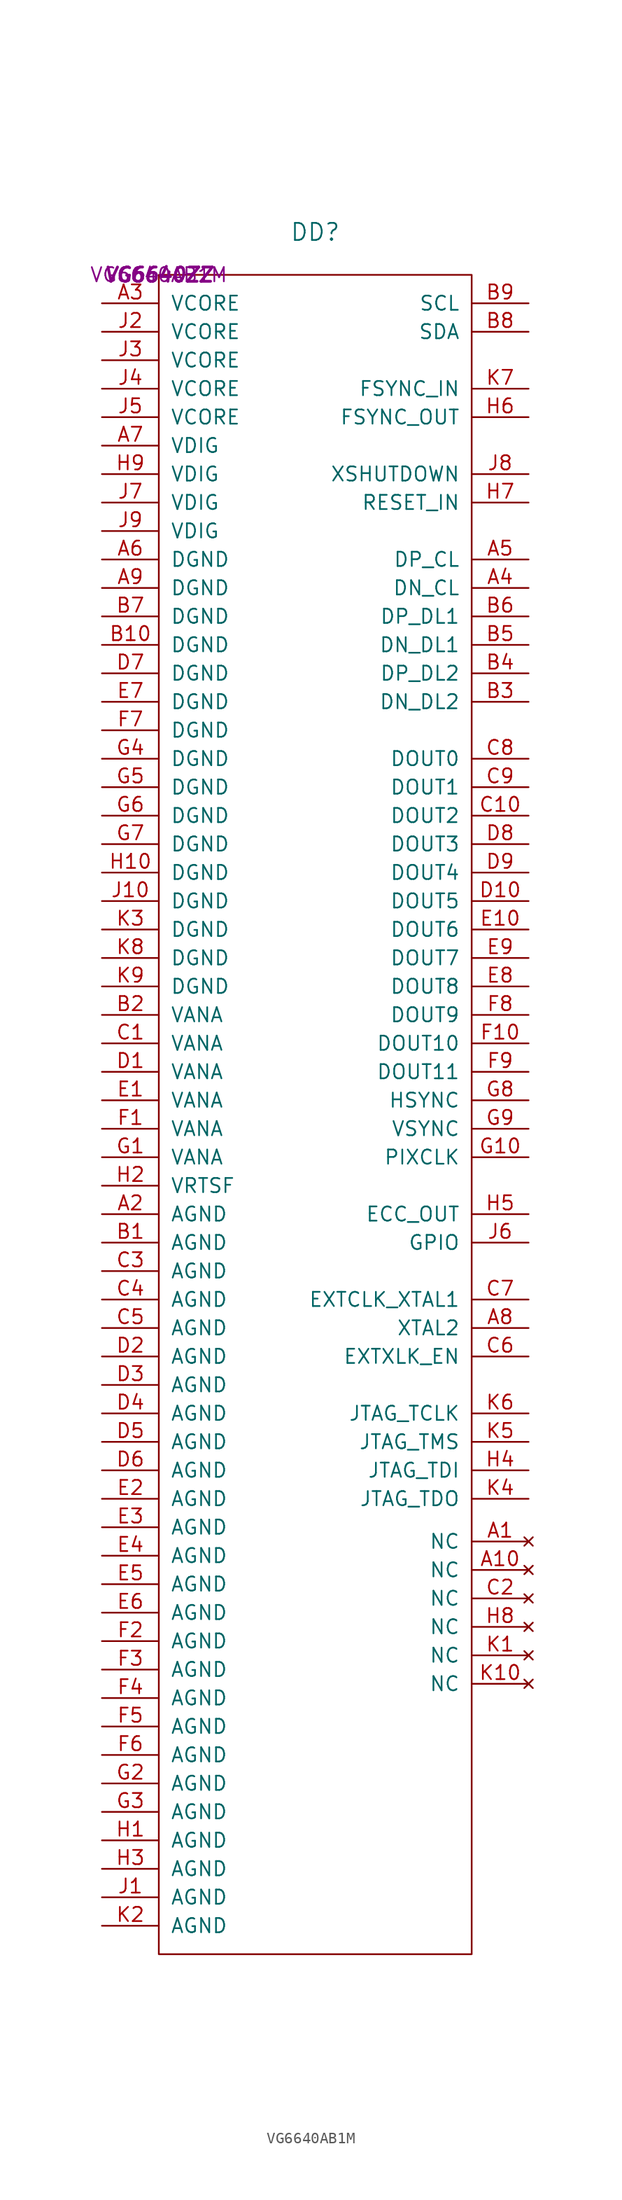
<source format=kicad_sym>
(kicad_symbol_lib
  (version 20211014)
  (generator kicad_symbol_editor)
  (symbol "VG6640AB1M"
    (pin_names
      (offset 1.016))
    (property "Reference" "DD"
      (at 13.97 3.81 0)
      (effects (font (size 1.524 1.524))))
    (property "p/n" "VG6640AB1M"
      (at 0 0 0)
      (effects (font (size 1.27 1.27))))
    (property "Mark" "VG6640ZZ"
      (at 0 0 0)
      (effects (font (size 1.27 1.27) bold italic)))
    (symbol "VG6640AB1M_0_1"
      (rectangle (start 0 0) (end 27.94 -149.86) (stroke (width 0) (type default) (color 0 0 0 0)) (fill (type none))))
    (symbol "VG6640AB1M_1_1"
      (pin no_connect line (at 33.02 -113.03 180) (length 5.08) (name "NC" (effects (font (size 1.27 1.27)))) (number "A1" (effects (font (size 1.27 1.27)))))
      (pin no_connect line (at 33.02 -115.57 180) (length 5.08) (name "NC" (effects (font (size 1.27 1.27)))) (number "A10" (effects (font (size 1.27 1.27)))))
      (pin passive line (at -5.08 -83.82 0) (length 5.08) (name "AGND" (effects (font (size 1.27 1.27)))) (number "A2" (effects (font (size 1.27 1.27)))))
      (pin passive line (at -5.08 -2.54 0) (length 5.08) (name "VCORE" (effects (font (size 1.27 1.27)))) (number "A3" (effects (font (size 1.27 1.27)))))
      (pin passive line (at 33.02 -27.94 180) (length 5.08) (name "DN_CL" (effects (font (size 1.27 1.27)))) (number "A4" (effects (font (size 1.27 1.27)))))
      (pin passive line (at 33.02 -25.4 180) (length 5.08) (name "DP_CL" (effects (font (size 1.27 1.27)))) (number "A5" (effects (font (size 1.27 1.27)))))
      (pin passive line (at -5.08 -25.4 0) (length 5.08) (name "DGND" (effects (font (size 1.27 1.27)))) (number "A6" (effects (font (size 1.27 1.27)))))
      (pin passive line (at -5.08 -15.24 0) (length 5.08) (name "VDIG" (effects (font (size 1.27 1.27)))) (number "A7" (effects (font (size 1.27 1.27)))))
      (pin passive line (at 33.02 -93.98 180) (length 5.08) (name "XTAL2" (effects (font (size 1.27 1.27)))) (number "A8" (effects (font (size 1.27 1.27)))))
      (pin passive line (at -5.08 -27.94 0) (length 5.08) (name "DGND" (effects (font (size 1.27 1.27)))) (number "A9" (effects (font (size 1.27 1.27)))))
      (pin passive line (at -5.08 -86.36 0) (length 5.08) (name "AGND" (effects (font (size 1.27 1.27)))) (number "B1" (effects (font (size 1.27 1.27)))))
      (pin passive line (at -5.08 -33.02 0) (length 5.08) (name "DGND" (effects (font (size 1.27 1.27)))) (number "B10" (effects (font (size 1.27 1.27)))))
      (pin passive line (at -5.08 -66.04 0) (length 5.08) (name "VANA" (effects (font (size 1.27 1.27)))) (number "B2" (effects (font (size 1.27 1.27)))))
      (pin passive line (at 33.02 -38.1 180) (length 5.08) (name "DN_DL2" (effects (font (size 1.27 1.27)))) (number "B3" (effects (font (size 1.27 1.27)))))
      (pin passive line (at 33.02 -35.56 180) (length 5.08) (name "DP_DL2" (effects (font (size 1.27 1.27)))) (number "B4" (effects (font (size 1.27 1.27)))))
      (pin passive line (at 33.02 -33.02 180) (length 5.08) (name "DN_DL1" (effects (font (size 1.27 1.27)))) (number "B5" (effects (font (size 1.27 1.27)))))
      (pin passive line (at 33.02 -30.48 180) (length 5.08) (name "DP_DL1" (effects (font (size 1.27 1.27)))) (number "B6" (effects (font (size 1.27 1.27)))))
      (pin passive line (at -5.08 -30.48 0) (length 5.08) (name "DGND" (effects (font (size 1.27 1.27)))) (number "B7" (effects (font (size 1.27 1.27)))))
      (pin passive line (at 33.02 -5.08 180) (length 5.08) (name "SDA" (effects (font (size 1.27 1.27)))) (number "B8" (effects (font (size 1.27 1.27)))))
      (pin passive line (at 33.02 -2.54 180) (length 5.08) (name "SCL" (effects (font (size 1.27 1.27)))) (number "B9" (effects (font (size 1.27 1.27)))))
      (pin passive line (at -5.08 -68.58 0) (length 5.08) (name "VANA" (effects (font (size 1.27 1.27)))) (number "C1" (effects (font (size 1.27 1.27)))))
      (pin passive line (at 33.02 -48.26 180) (length 5.08) (name "DOUT2" (effects (font (size 1.27 1.27)))) (number "C10" (effects (font (size 1.27 1.27)))))
      (pin no_connect line (at 33.02 -118.11 180) (length 5.08) (name "NC" (effects (font (size 1.27 1.27)))) (number "C2" (effects (font (size 1.27 1.27)))))
      (pin passive line (at -5.08 -88.9 0) (length 5.08) (name "AGND" (effects (font (size 1.27 1.27)))) (number "C3" (effects (font (size 1.27 1.27)))))
      (pin passive line (at -5.08 -91.44 0) (length 5.08) (name "AGND" (effects (font (size 1.27 1.27)))) (number "C4" (effects (font (size 1.27 1.27)))))
      (pin passive line (at -5.08 -93.98 0) (length 5.08) (name "AGND" (effects (font (size 1.27 1.27)))) (number "C5" (effects (font (size 1.27 1.27)))))
      (pin passive line (at 33.02 -96.52 180) (length 5.08) (name "EXTXLK_EN" (effects (font (size 1.27 1.27)))) (number "C6" (effects (font (size 1.27 1.27)))))
      (pin passive line (at 33.02 -91.44 180) (length 5.08) (name "EXTCLK_XTAL1" (effects (font (size 1.27 1.27)))) (number "C7" (effects (font (size 1.27 1.27)))))
      (pin passive line (at 33.02 -43.18 180) (length 5.08) (name "DOUT0" (effects (font (size 1.27 1.27)))) (number "C8" (effects (font (size 1.27 1.27)))))
      (pin passive line (at 33.02 -45.72 180) (length 5.08) (name "DOUT1" (effects (font (size 1.27 1.27)))) (number "C9" (effects (font (size 1.27 1.27)))))
      (pin passive line (at -5.08 -71.12 0) (length 5.08) (name "VANA" (effects (font (size 1.27 1.27)))) (number "D1" (effects (font (size 1.27 1.27)))))
      (pin passive line (at 33.02 -55.88 180) (length 5.08) (name "DOUT5" (effects (font (size 1.27 1.27)))) (number "D10" (effects (font (size 1.27 1.27)))))
      (pin passive line (at -5.08 -96.52 0) (length 5.08) (name "AGND" (effects (font (size 1.27 1.27)))) (number "D2" (effects (font (size 1.27 1.27)))))
      (pin passive line (at -5.08 -99.06 0) (length 5.08) (name "AGND" (effects (font (size 1.27 1.27)))) (number "D3" (effects (font (size 1.27 1.27)))))
      (pin passive line (at -5.08 -101.6 0) (length 5.08) (name "AGND" (effects (font (size 1.27 1.27)))) (number "D4" (effects (font (size 1.27 1.27)))))
      (pin passive line (at -5.08 -104.14 0) (length 5.08) (name "AGND" (effects (font (size 1.27 1.27)))) (number "D5" (effects (font (size 1.27 1.27)))))
      (pin passive line (at -5.08 -106.68 0) (length 5.08) (name "AGND" (effects (font (size 1.27 1.27)))) (number "D6" (effects (font (size 1.27 1.27)))))
      (pin passive line (at -5.08 -35.56 0) (length 5.08) (name "DGND" (effects (font (size 1.27 1.27)))) (number "D7" (effects (font (size 1.27 1.27)))))
      (pin passive line (at 33.02 -50.8 180) (length 5.08) (name "DOUT3" (effects (font (size 1.27 1.27)))) (number "D8" (effects (font (size 1.27 1.27)))))
      (pin passive line (at 33.02 -53.34 180) (length 5.08) (name "DOUT4" (effects (font (size 1.27 1.27)))) (number "D9" (effects (font (size 1.27 1.27)))))
      (pin passive line (at -5.08 -73.66 0) (length 5.08) (name "VANA" (effects (font (size 1.27 1.27)))) (number "E1" (effects (font (size 1.27 1.27)))))
      (pin passive line (at 33.02 -58.42 180) (length 5.08) (name "DOUT6" (effects (font (size 1.27 1.27)))) (number "E10" (effects (font (size 1.27 1.27)))))
      (pin passive line (at -5.08 -109.22 0) (length 5.08) (name "AGND" (effects (font (size 1.27 1.27)))) (number "E2" (effects (font (size 1.27 1.27)))))
      (pin passive line (at -5.08 -111.76 0) (length 5.08) (name "AGND" (effects (font (size 1.27 1.27)))) (number "E3" (effects (font (size 1.27 1.27)))))
      (pin passive line (at -5.08 -114.3 0) (length 5.08) (name "AGND" (effects (font (size 1.27 1.27)))) (number "E4" (effects (font (size 1.27 1.27)))))
      (pin passive line (at -5.08 -116.84 0) (length 5.08) (name "AGND" (effects (font (size 1.27 1.27)))) (number "E5" (effects (font (size 1.27 1.27)))))
      (pin passive line (at -5.08 -119.38 0) (length 5.08) (name "AGND" (effects (font (size 1.27 1.27)))) (number "E6" (effects (font (size 1.27 1.27)))))
      (pin passive line (at -5.08 -38.1 0) (length 5.08) (name "DGND" (effects (font (size 1.27 1.27)))) (number "E7" (effects (font (size 1.27 1.27)))))
      (pin passive line (at 33.02 -63.5 180) (length 5.08) (name "DOUT8" (effects (font (size 1.27 1.27)))) (number "E8" (effects (font (size 1.27 1.27)))))
      (pin passive line (at 33.02 -60.96 180) (length 5.08) (name "DOUT7" (effects (font (size 1.27 1.27)))) (number "E9" (effects (font (size 1.27 1.27)))))
      (pin passive line (at -5.08 -76.2 0) (length 5.08) (name "VANA" (effects (font (size 1.27 1.27)))) (number "F1" (effects (font (size 1.27 1.27)))))
      (pin passive line (at 33.02 -68.58 180) (length 5.08) (name "DOUT10" (effects (font (size 1.27 1.27)))) (number "F10" (effects (font (size 1.27 1.27)))))
      (pin passive line (at -5.08 -121.92 0) (length 5.08) (name "AGND" (effects (font (size 1.27 1.27)))) (number "F2" (effects (font (size 1.27 1.27)))))
      (pin passive line (at -5.08 -124.46 0) (length 5.08) (name "AGND" (effects (font (size 1.27 1.27)))) (number "F3" (effects (font (size 1.27 1.27)))))
      (pin passive line (at -5.08 -127 0) (length 5.08) (name "AGND" (effects (font (size 1.27 1.27)))) (number "F4" (effects (font (size 1.27 1.27)))))
      (pin passive line (at -5.08 -129.54 0) (length 5.08) (name "AGND" (effects (font (size 1.27 1.27)))) (number "F5" (effects (font (size 1.27 1.27)))))
      (pin passive line (at -5.08 -132.08 0) (length 5.08) (name "AGND" (effects (font (size 1.27 1.27)))) (number "F6" (effects (font (size 1.27 1.27)))))
      (pin passive line (at -5.08 -40.64 0) (length 5.08) (name "DGND" (effects (font (size 1.27 1.27)))) (number "F7" (effects (font (size 1.27 1.27)))))
      (pin passive line (at 33.02 -66.04 180) (length 5.08) (name "DOUT9" (effects (font (size 1.27 1.27)))) (number "F8" (effects (font (size 1.27 1.27)))))
      (pin passive line (at 33.02 -71.12 180) (length 5.08) (name "DOUT11" (effects (font (size 1.27 1.27)))) (number "F9" (effects (font (size 1.27 1.27)))))
      (pin passive line (at -5.08 -78.74 0) (length 5.08) (name "VANA" (effects (font (size 1.27 1.27)))) (number "G1" (effects (font (size 1.27 1.27)))))
      (pin passive line (at 33.02 -78.74 180) (length 5.08) (name "PIXCLK" (effects (font (size 1.27 1.27)))) (number "G10" (effects (font (size 1.27 1.27)))))
      (pin passive line (at -5.08 -134.62 0) (length 5.08) (name "AGND" (effects (font (size 1.27 1.27)))) (number "G2" (effects (font (size 1.27 1.27)))))
      (pin passive line (at -5.08 -137.16 0) (length 5.08) (name "AGND" (effects (font (size 1.27 1.27)))) (number "G3" (effects (font (size 1.27 1.27)))))
      (pin passive line (at -5.08 -43.18 0) (length 5.08) (name "DGND" (effects (font (size 1.27 1.27)))) (number "G4" (effects (font (size 1.27 1.27)))))
      (pin passive line (at -5.08 -45.72 0) (length 5.08) (name "DGND" (effects (font (size 1.27 1.27)))) (number "G5" (effects (font (size 1.27 1.27)))))
      (pin passive line (at -5.08 -48.26 0) (length 5.08) (name "DGND" (effects (font (size 1.27 1.27)))) (number "G6" (effects (font (size 1.27 1.27)))))
      (pin passive line (at -5.08 -50.8 0) (length 5.08) (name "DGND" (effects (font (size 1.27 1.27)))) (number "G7" (effects (font (size 1.27 1.27)))))
      (pin passive line (at 33.02 -73.66 180) (length 5.08) (name "HSYNC" (effects (font (size 1.27 1.27)))) (number "G8" (effects (font (size 1.27 1.27)))))
      (pin passive line (at 33.02 -76.2 180) (length 5.08) (name "VSYNC" (effects (font (size 1.27 1.27)))) (number "G9" (effects (font (size 1.27 1.27)))))
      (pin passive line (at -5.08 -139.7 0) (length 5.08) (name "AGND" (effects (font (size 1.27 1.27)))) (number "H1" (effects (font (size 1.27 1.27)))))
      (pin passive line (at -5.08 -53.34 0) (length 5.08) (name "DGND" (effects (font (size 1.27 1.27)))) (number "H10" (effects (font (size 1.27 1.27)))))
      (pin passive line (at -5.08 -81.28 0) (length 5.08) (name "VRTSF" (effects (font (size 1.27 1.27)))) (number "H2" (effects (font (size 1.27 1.27)))))
      (pin passive line (at -5.08 -142.24 0) (length 5.08) (name "AGND" (effects (font (size 1.27 1.27)))) (number "H3" (effects (font (size 1.27 1.27)))))
      (pin passive line (at 33.02 -106.68 180) (length 5.08) (name "JTAG_TDI" (effects (font (size 1.27 1.27)))) (number "H4" (effects (font (size 1.27 1.27)))))
      (pin passive line (at 33.02 -83.82 180) (length 5.08) (name "ECC_OUT" (effects (font (size 1.27 1.27)))) (number "H5" (effects (font (size 1.27 1.27)))))
      (pin passive line (at 33.02 -12.7 180) (length 5.08) (name "FSYNC_OUT" (effects (font (size 1.27 1.27)))) (number "H6" (effects (font (size 1.27 1.27)))))
      (pin passive line (at 33.02 -20.32 180) (length 5.08) (name "RESET_IN" (effects (font (size 1.27 1.27)))) (number "H7" (effects (font (size 1.27 1.27)))))
      (pin no_connect line (at 33.02 -120.65 180) (length 5.08) (name "NC" (effects (font (size 1.27 1.27)))) (number "H8" (effects (font (size 1.27 1.27)))))
      (pin passive line (at -5.08 -17.78 0) (length 5.08) (name "VDIG" (effects (font (size 1.27 1.27)))) (number "H9" (effects (font (size 1.27 1.27)))))
      (pin passive line (at -5.08 -144.78 0) (length 5.08) (name "AGND" (effects (font (size 1.27 1.27)))) (number "J1" (effects (font (size 1.27 1.27)))))
      (pin passive line (at -5.08 -55.88 0) (length 5.08) (name "DGND" (effects (font (size 1.27 1.27)))) (number "J10" (effects (font (size 1.27 1.27)))))
      (pin passive line (at -5.08 -5.08 0) (length 5.08) (name "VCORE" (effects (font (size 1.27 1.27)))) (number "J2" (effects (font (size 1.27 1.27)))))
      (pin passive line (at -5.08 -7.62 0) (length 5.08) (name "VCORE" (effects (font (size 1.27 1.27)))) (number "J3" (effects (font (size 1.27 1.27)))))
      (pin passive line (at -5.08 -10.16 0) (length 5.08) (name "VCORE" (effects (font (size 1.27 1.27)))) (number "J4" (effects (font (size 1.27 1.27)))))
      (pin passive line (at -5.08 -12.7 0) (length 5.08) (name "VCORE" (effects (font (size 1.27 1.27)))) (number "J5" (effects (font (size 1.27 1.27)))))
      (pin passive line (at 33.02 -86.36 180) (length 5.08) (name "GPIO" (effects (font (size 1.27 1.27)))) (number "J6" (effects (font (size 1.27 1.27)))))
      (pin passive line (at -5.08 -20.32 0) (length 5.08) (name "VDIG" (effects (font (size 1.27 1.27)))) (number "J7" (effects (font (size 1.27 1.27)))))
      (pin passive line (at 33.02 -17.78 180) (length 5.08) (name "XSHUTDOWN" (effects (font (size 1.27 1.27)))) (number "J8" (effects (font (size 1.27 1.27)))))
      (pin passive line (at -5.08 -22.86 0) (length 5.08) (name "VDIG" (effects (font (size 1.27 1.27)))) (number "J9" (effects (font (size 1.27 1.27)))))
      (pin no_connect line (at 33.02 -123.19 180) (length 5.08) (name "NC" (effects (font (size 1.27 1.27)))) (number "K1" (effects (font (size 1.27 1.27)))))
      (pin no_connect line (at 33.02 -125.73 180) (length 5.08) (name "NC" (effects (font (size 1.27 1.27)))) (number "K10" (effects (font (size 1.27 1.27)))))
      (pin passive line (at -5.08 -147.32 0) (length 5.08) (name "AGND" (effects (font (size 1.27 1.27)))) (number "K2" (effects (font (size 1.27 1.27)))))
      (pin passive line (at -5.08 -58.42 0) (length 5.08) (name "DGND" (effects (font (size 1.27 1.27)))) (number "K3" (effects (font (size 1.27 1.27)))))
      (pin passive line (at 33.02 -109.22 180) (length 5.08) (name "JTAG_TDO" (effects (font (size 1.27 1.27)))) (number "K4" (effects (font (size 1.27 1.27)))))
      (pin passive line (at 33.02 -104.14 180) (length 5.08) (name "JTAG_TMS" (effects (font (size 1.27 1.27)))) (number "K5" (effects (font (size 1.27 1.27)))))
      (pin passive line (at 33.02 -101.6 180) (length 5.08) (name "JTAG_TCLK" (effects (font (size 1.27 1.27)))) (number "K6" (effects (font (size 1.27 1.27)))))
      (pin passive line (at 33.02 -10.16 180) (length 5.08) (name "FSYNC_IN" (effects (font (size 1.27 1.27)))) (number "K7" (effects (font (size 1.27 1.27)))))
      (pin passive line (at -5.08 -60.96 0) (length 5.08) (name "DGND" (effects (font (size 1.27 1.27)))) (number "K8" (effects (font (size 1.27 1.27)))))
      (pin passive line (at -5.08 -63.5 0) (length 5.08) (name "DGND" (effects (font (size 1.27 1.27)))) (number "K9" (effects (font (size 1.27 1.27))))))))
</source>
